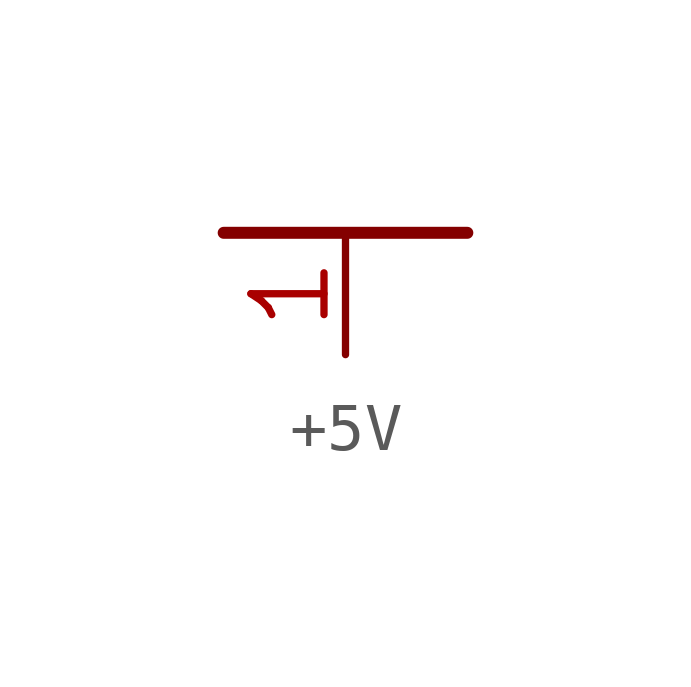
<source format=kicad_sym>
(kicad_symbol_lib
  (version 20241209)
  (generator "kicad_symbol_editor")
  (generator_version "9.0")
  (symbol "+5V"
    (power)
    (property "Reference" "#NetPort"
      (at 0 0 0)
      (effects (font (size 1.27 1.27)) (hide yes)))
    (property "ki_locked" ""
      (at 0 0 0)
      (effects (font (size 1.27 1.27))))
    (symbol "+5V_1_0"
      (polyline (pts (xy -2.54 0) (xy 2.54 0)) (stroke (width 0.25) (type solid)) (fill (type none)))
      (pin power_in line (at 0 -2.54 90) (length 2.54) (name "+V" (effects (font (size 0 0)))) (number "1" (effects (font (size 1.524 1.524))))))))
</source>
